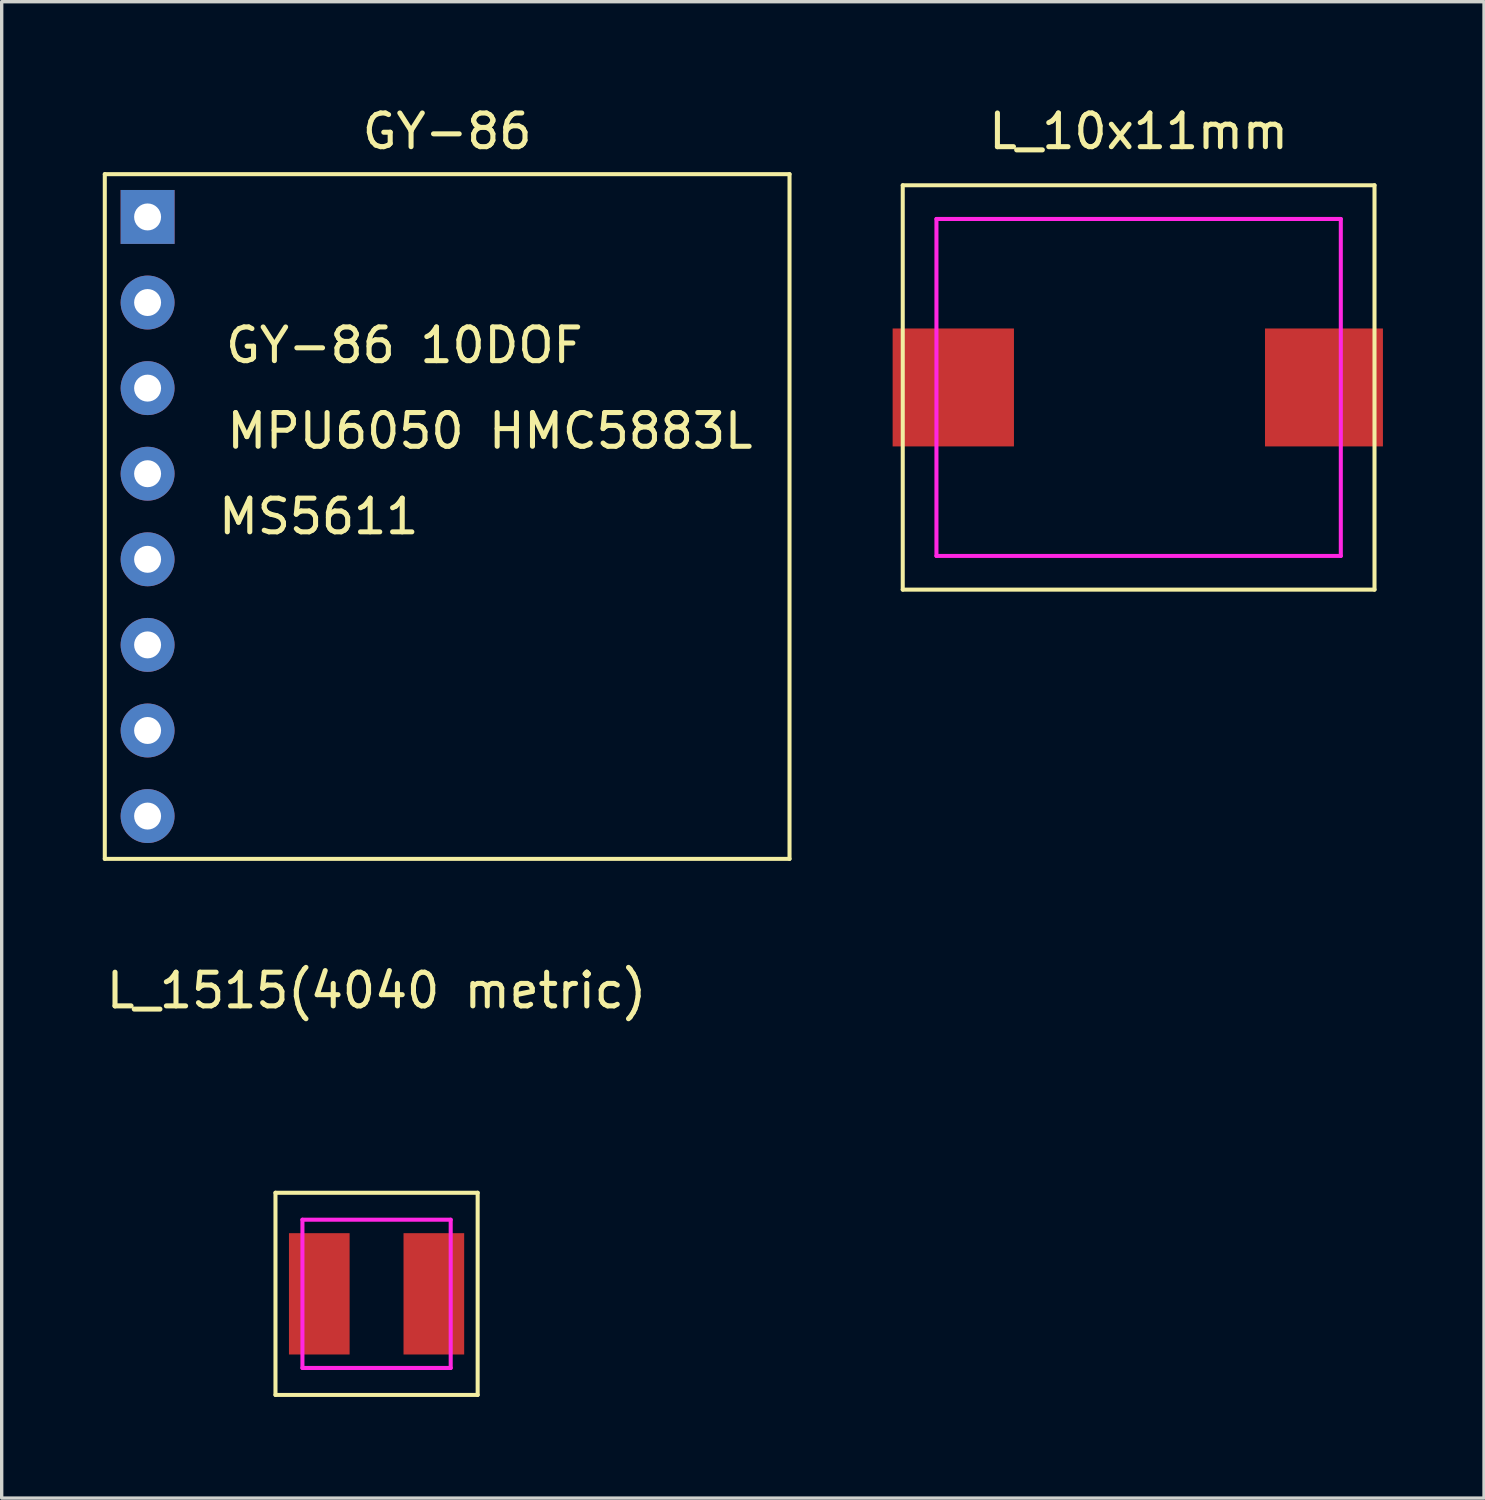
<source format=kicad_pcb>
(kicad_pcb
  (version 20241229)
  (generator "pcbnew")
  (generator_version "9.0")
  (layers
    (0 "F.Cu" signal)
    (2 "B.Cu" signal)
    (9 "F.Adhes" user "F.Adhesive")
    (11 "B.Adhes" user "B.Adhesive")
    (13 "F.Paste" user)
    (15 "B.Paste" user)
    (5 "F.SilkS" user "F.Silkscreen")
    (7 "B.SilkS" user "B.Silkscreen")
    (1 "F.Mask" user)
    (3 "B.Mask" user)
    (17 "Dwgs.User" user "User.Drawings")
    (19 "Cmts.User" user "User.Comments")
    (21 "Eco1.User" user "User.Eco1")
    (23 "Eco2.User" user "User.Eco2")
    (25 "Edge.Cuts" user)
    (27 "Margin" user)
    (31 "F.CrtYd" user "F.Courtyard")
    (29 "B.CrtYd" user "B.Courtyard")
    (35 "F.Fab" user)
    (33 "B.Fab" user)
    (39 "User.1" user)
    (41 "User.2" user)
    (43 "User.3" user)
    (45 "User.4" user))
  (footprint "L_1515(4040 metric)"
    (layer "F.Cu")
    (at 8.125 35.346)
    (property "Reference" "L_1515(4040 metric)" (at 0 -9 0) (layer "F.SilkS") (effects (font (size 1 1) (thickness 0.15))))
    (attr through_hole)
    (fp_line (start -3 -3) (end 3 -3) (stroke (width 0.12) (type solid)) (layer "F.SilkS"))
    (fp_line (start -3 3) (end -3 -3) (stroke (width 0.12) (type solid)) (layer "F.SilkS"))
    (fp_line (start 3 -3) (end 3 3) (stroke (width 0.12) (type solid)) (layer "F.SilkS"))
    (fp_line (start 3 3) (end -3 3) (stroke (width 0.12) (type solid)) (layer "F.SilkS"))
    (fp_line (start -2.2 -2.2) (end 2.2 -2.2) (stroke (width 0.12) (type solid)) (layer "F.CrtYd"))
    (fp_line (start -2.2 2.2) (end -2.2 -2.2) (stroke (width 0.12) (type solid)) (layer "F.CrtYd"))
    (fp_line (start 2.2 -2.2) (end 2.2 2.2) (stroke (width 0.12) (type solid)) (layer "F.CrtYd"))
    (fp_line (start 2.2 2.2) (end -2.2 2.2) (stroke (width 0.12) (type solid)) (layer "F.CrtYd"))
    (pad "1" smd rect (at 1.7 0) (size 1.8 3.6) (layers "F.Cu" "F.Mask" "F.Paste"))
    (pad "2" smd rect (at -1.7 0) (size 1.8 3.6) (layers "F.Cu" "F.Mask" "F.Paste")))
  (footprint "L_10x11mm"
    (layer "F.Cu")
    (at 30.74 8.448)
    (property "Reference" "L_10x11mm" (at 0 -7.6 0) (layer "F.SilkS") (effects (font (size 1 1) (thickness 0.15))))
    (attr through_hole)
    (fp_line (start -7 -6) (end 7 -6) (stroke (width 0.12) (type solid)) (layer "F.SilkS"))
    (fp_line (start -7 6) (end -7 -6) (stroke (width 0.12) (type solid)) (layer "F.SilkS"))
    (fp_line (start 7 -6) (end 7 6) (stroke (width 0.12) (type solid)) (layer "F.SilkS"))
    (fp_line (start 7 6) (end -7 6) (stroke (width 0.12) (type solid)) (layer "F.SilkS"))
    (fp_line (start -6 -5) (end 6 -5) (stroke (width 0.12) (type solid)) (layer "F.CrtYd"))
    (fp_line (start -6 5) (end -6 -5) (stroke (width 0.12) (type solid)) (layer "F.CrtYd"))
    (fp_line (start 6 -5) (end 6 5) (stroke (width 0.12) (type solid)) (layer "F.CrtYd"))
    (fp_line (start 6 5) (end -6 5) (stroke (width 0.12) (type solid)) (layer "F.CrtYd"))
    (pad "1" smd rect (at -5.5 0) (size 3.6 3.5) (layers "F.Cu" "F.Mask" "F.Paste"))
    (pad "2" smd rect (at 5.5 0) (size 3.5 3.5) (layers "F.Cu" "F.Mask" "F.Paste")))
  (footprint "GY-86"
    (layer "F.Cu")
    (at 10.22 12.278)
    (property "Reference" "GY-86" (at 0 -11.43 0) (layer "F.SilkS") (effects (font (size 1 1) (thickness 0.15))))
    (attr through_hole)
    (fp_line (start -10.16 -10.16) (end -10.16 10.16) (stroke (width 0.12) (type solid)) (layer "F.SilkS"))
    (fp_line (start -10.16 10.16) (end 10.16 10.16) (stroke (width 0.12) (type solid)) (layer "F.SilkS"))
    (fp_line (start 10.16 -10.16) (end -10.16 -10.16) (stroke (width 0.12) (type solid)) (layer "F.SilkS"))
    (fp_line (start 10.16 10.16) (end 10.16 -10.16) (stroke (width 0.12) (type solid)) (layer "F.SilkS"))
    (fp_text user "GY-86 10DOF" (at -1.27 -5.08 0) (layer "F.SilkS") (effects (font (size 1 1) (thickness 0.15))))
    (fp_text user "MPU6050 HMC5883L" (at 1.27 -2.54 0) (layer "F.SilkS") (effects (font (size 1 1) (thickness 0.15))))
    (fp_text user "MS5611" (at -3.81 0 0) (layer "F.SilkS") (effects (font (size 1 1) (thickness 0.15))))
    (pad "1" thru_hole rect (at -8.89 -8.89) (size 1.6 1.6) (drill 0.8) (layers "*.Cu" "*.Mask"))
    (pad "2" thru_hole circle (at -8.89 -6.35) (size 1.6 1.6) (drill 0.8) (layers "*.Cu" "*.Mask"))
    (pad "3" thru_hole circle (at -8.89 -1.27) (size 1.6 1.6) (drill 0.8) (layers "*.Cu" "*.Mask"))
    (pad "4" thru_hole circle (at -8.89 -3.81) (size 1.6 1.6) (drill 0.8) (layers "*.Cu" "*.Mask"))
    (pad "5" thru_hole circle (at -8.89 1.27) (size 1.6 1.6) (drill 0.8) (layers "*.Cu" "*.Mask"))
    (pad "6" thru_hole circle (at -8.89 3.81) (size 1.6 1.6) (drill 0.8) (layers "*.Cu" "*.Mask"))
    (pad "7" thru_hole circle (at -8.89 6.35) (size 1.6 1.6) (drill 0.8) (layers "*.Cu" "*.Mask"))
    (pad "8" thru_hole circle (at -8.89 8.89) (size 1.6 1.6) (drill 0.8) (layers "*.Cu" "*.Mask")))
  (gr_rect
    (start -3 -3)
    (end 40.99 41.407)
    (stroke (width 0.1) (type default))
    (fill no)
    (layer "Edge.Cuts")))
</source>
